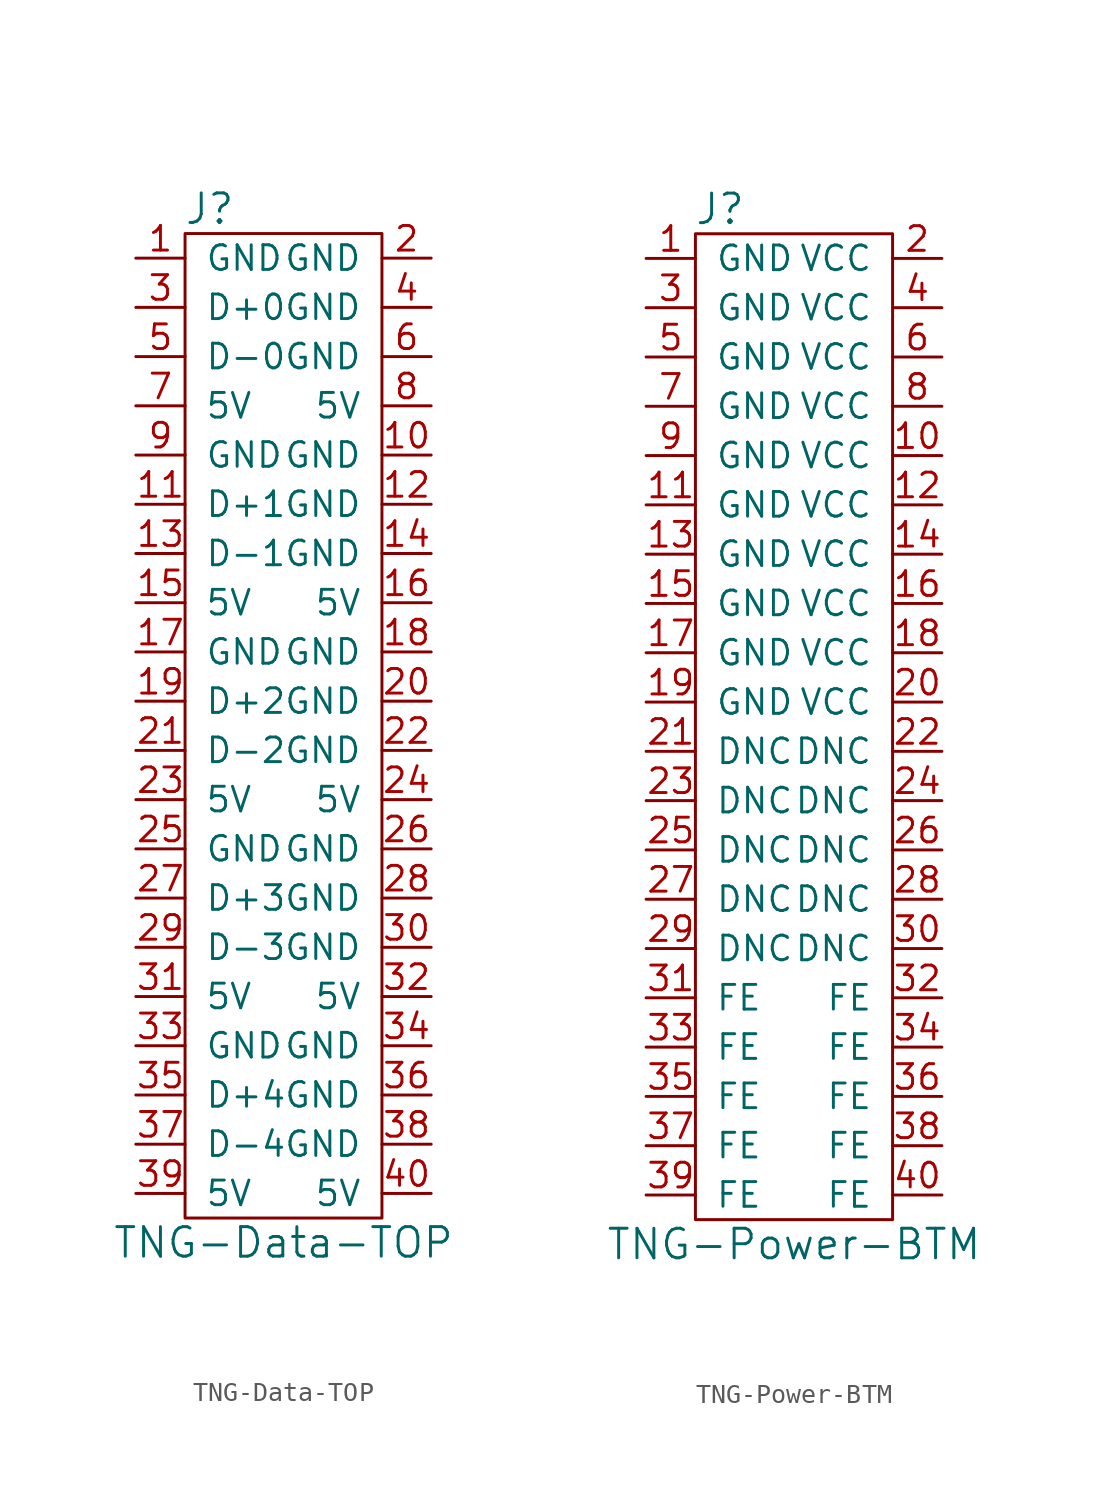
<source format=kicad_sym>
(kicad_symbol_lib
  (version 20210619)
  (generator kicad_symbol_editor)
  (symbol "tinkerforge:TNG-Data-TOP"
    (pin_names
      (offset 1.016))
    (property "Reference" "J"
      (at -3.81 26.67 0)
      (effects (font (size 1.524 1.524))))
    (property "Value" "TNG-Data-TOP"
      (at 0 -26.67 0)
      (effects (font (size 1.524 1.524))))
    (symbol "TNG-Data-TOP_0_1"
      (rectangle (start -5.08 25.4) (end 5.08 -25.4) (stroke (width 0)) (fill (type none))))
    (symbol "TNG-Data-TOP_1_1"
      (pin passive line (at -7.62 24.13 0) (length 2.54) (name "GND" (effects (font (size 1.27 1.27)))) (number "1" (effects (font (size 1.27 1.27)))))
      (pin passive line (at 7.62 13.97 180) (length 2.54) (name "GND" (effects (font (size 1.27 1.27)))) (number "10" (effects (font (size 1.27 1.27)))))
      (pin passive line (at -7.62 11.43 0) (length 2.54) (name "D+1" (effects (font (size 1.27 1.27)))) (number "11" (effects (font (size 1.27 1.27)))))
      (pin passive line (at 7.62 11.43 180) (length 2.54) (name "GND" (effects (font (size 1.27 1.27)))) (number "12" (effects (font (size 1.27 1.27)))))
      (pin passive line (at -7.62 8.89 0) (length 2.54) (name "D-1" (effects (font (size 1.27 1.27)))) (number "13" (effects (font (size 1.27 1.27)))))
      (pin passive line (at 7.62 8.89 180) (length 2.54) (name "GND" (effects (font (size 1.27 1.27)))) (number "14" (effects (font (size 1.27 1.27)))))
      (pin passive line (at -7.62 6.35 0) (length 2.54) (name "5V" (effects (font (size 1.27 1.27)))) (number "15" (effects (font (size 1.27 1.27)))))
      (pin passive line (at 7.62 6.35 180) (length 2.54) (name "5V" (effects (font (size 1.27 1.27)))) (number "16" (effects (font (size 1.27 1.27)))))
      (pin passive line (at -7.62 3.81 0) (length 2.54) (name "GND" (effects (font (size 1.27 1.27)))) (number "17" (effects (font (size 1.27 1.27)))))
      (pin passive line (at 7.62 3.81 180) (length 2.54) (name "GND" (effects (font (size 1.27 1.27)))) (number "18" (effects (font (size 1.27 1.27)))))
      (pin passive line (at -7.62 1.27 0) (length 2.54) (name "D+2" (effects (font (size 1.27 1.27)))) (number "19" (effects (font (size 1.27 1.27)))))
      (pin passive line (at 7.62 24.13 180) (length 2.54) (name "GND" (effects (font (size 1.27 1.27)))) (number "2" (effects (font (size 1.27 1.27)))))
      (pin passive line (at 7.62 1.27 180) (length 2.54) (name "GND" (effects (font (size 1.27 1.27)))) (number "20" (effects (font (size 1.27 1.27)))))
      (pin passive line (at -7.62 -1.27 0) (length 2.54) (name "D-2" (effects (font (size 1.27 1.27)))) (number "21" (effects (font (size 1.27 1.27)))))
      (pin passive line (at 7.62 -1.27 180) (length 2.54) (name "GND" (effects (font (size 1.27 1.27)))) (number "22" (effects (font (size 1.27 1.27)))))
      (pin passive line (at -7.62 -3.81 0) (length 2.54) (name "5V" (effects (font (size 1.27 1.27)))) (number "23" (effects (font (size 1.27 1.27)))))
      (pin passive line (at 7.62 -3.81 180) (length 2.54) (name "5V" (effects (font (size 1.27 1.27)))) (number "24" (effects (font (size 1.27 1.27)))))
      (pin passive line (at -7.62 -6.35 0) (length 2.54) (name "GND" (effects (font (size 1.27 1.27)))) (number "25" (effects (font (size 1.27 1.27)))))
      (pin passive line (at 7.62 -6.35 180) (length 2.54) (name "GND" (effects (font (size 1.27 1.27)))) (number "26" (effects (font (size 1.27 1.27)))))
      (pin passive line (at -7.62 -8.89 0) (length 2.54) (name "D+3" (effects (font (size 1.27 1.27)))) (number "27" (effects (font (size 1.27 1.27)))))
      (pin passive line (at 7.62 -8.89 180) (length 2.54) (name "GND" (effects (font (size 1.27 1.27)))) (number "28" (effects (font (size 1.27 1.27)))))
      (pin passive line (at -7.62 -11.43 0) (length 2.54) (name "D-3" (effects (font (size 1.27 1.27)))) (number "29" (effects (font (size 1.27 1.27)))))
      (pin passive line (at -7.62 21.59 0) (length 2.54) (name "D+0" (effects (font (size 1.27 1.27)))) (number "3" (effects (font (size 1.27 1.27)))))
      (pin passive line (at 7.62 -11.43 180) (length 2.54) (name "GND" (effects (font (size 1.27 1.27)))) (number "30" (effects (font (size 1.27 1.27)))))
      (pin passive line (at -7.62 -13.97 0) (length 2.54) (name "5V" (effects (font (size 1.27 1.27)))) (number "31" (effects (font (size 1.27 1.27)))))
      (pin passive line (at 7.62 -13.97 180) (length 2.54) (name "5V" (effects (font (size 1.27 1.27)))) (number "32" (effects (font (size 1.27 1.27)))))
      (pin passive line (at -7.62 -16.51 0) (length 2.54) (name "GND" (effects (font (size 1.27 1.27)))) (number "33" (effects (font (size 1.27 1.27)))))
      (pin passive line (at 7.62 -16.51 180) (length 2.54) (name "GND" (effects (font (size 1.27 1.27)))) (number "34" (effects (font (size 1.27 1.27)))))
      (pin passive line (at -7.62 -19.05 0) (length 2.54) (name "D+4" (effects (font (size 1.27 1.27)))) (number "35" (effects (font (size 1.27 1.27)))))
      (pin passive line (at 7.62 -19.05 180) (length 2.54) (name "GND" (effects (font (size 1.27 1.27)))) (number "36" (effects (font (size 1.27 1.27)))))
      (pin passive line (at -7.62 -21.59 0) (length 2.54) (name "D-4" (effects (font (size 1.27 1.27)))) (number "37" (effects (font (size 1.27 1.27)))))
      (pin passive line (at 7.62 -21.59 180) (length 2.54) (name "GND" (effects (font (size 1.27 1.27)))) (number "38" (effects (font (size 1.27 1.27)))))
      (pin passive line (at -7.62 -24.13 0) (length 2.54) (name "5V" (effects (font (size 1.27 1.27)))) (number "39" (effects (font (size 1.27 1.27)))))
      (pin passive line (at 7.62 21.59 180) (length 2.54) (name "GND" (effects (font (size 1.27 1.27)))) (number "4" (effects (font (size 1.27 1.27)))))
      (pin passive line (at 7.62 -24.13 180) (length 2.54) (name "5V" (effects (font (size 1.27 1.27)))) (number "40" (effects (font (size 1.27 1.27)))))
      (pin passive line (at -7.62 19.05 0) (length 2.54) (name "D-0" (effects (font (size 1.27 1.27)))) (number "5" (effects (font (size 1.27 1.27)))))
      (pin passive line (at 7.62 19.05 180) (length 2.54) (name "GND" (effects (font (size 1.27 1.27)))) (number "6" (effects (font (size 1.27 1.27)))))
      (pin passive line (at -7.62 16.51 0) (length 2.54) (name "5V" (effects (font (size 1.27 1.27)))) (number "7" (effects (font (size 1.27 1.27)))))
      (pin passive line (at 7.62 16.51 180) (length 2.54) (name "5V" (effects (font (size 1.27 1.27)))) (number "8" (effects (font (size 1.27 1.27)))))
      (pin passive line (at -7.62 13.97 0) (length 2.54) (name "GND" (effects (font (size 1.27 1.27)))) (number "9" (effects (font (size 1.27 1.27)))))))
  (symbol "tinkerforge:TNG-Power-BTM"
    (pin_names
      (offset 1.016))
    (property "Reference" "J"
      (at -3.81 26.67 0)
      (effects (font (size 1.524 1.524))))
    (property "Value" "TNG-Power-BTM"
      (at 0 -26.67 0)
      (effects (font (size 1.524 1.524))))
    (symbol "TNG-Power-BTM_0_1"
      (rectangle (start -5.08 25.4) (end 5.08 -25.4) (stroke (width 0)) (fill (type none))))
    (symbol "TNG-Power-BTM_1_1"
      (pin passive line (at -7.62 24.13 0) (length 2.54) (name "GND" (effects (font (size 1.27 1.27)))) (number "1" (effects (font (size 1.27 1.27)))))
      (pin passive line (at 7.62 13.97 180) (length 2.54) (name "VCC" (effects (font (size 1.27 1.27)))) (number "10" (effects (font (size 1.27 1.27)))))
      (pin passive line (at -7.62 11.43 0) (length 2.54) (name "GND" (effects (font (size 1.27 1.27)))) (number "11" (effects (font (size 1.27 1.27)))))
      (pin passive line (at 7.62 11.43 180) (length 2.54) (name "VCC" (effects (font (size 1.27 1.27)))) (number "12" (effects (font (size 1.27 1.27)))))
      (pin passive line (at -7.62 8.89 0) (length 2.54) (name "GND" (effects (font (size 1.27 1.27)))) (number "13" (effects (font (size 1.27 1.27)))))
      (pin passive line (at 7.62 8.89 180) (length 2.54) (name "VCC" (effects (font (size 1.27 1.27)))) (number "14" (effects (font (size 1.27 1.27)))))
      (pin passive line (at -7.62 6.35 0) (length 2.54) (name "GND" (effects (font (size 1.27 1.27)))) (number "15" (effects (font (size 1.27 1.27)))))
      (pin passive line (at 7.62 6.35 180) (length 2.54) (name "VCC" (effects (font (size 1.27 1.27)))) (number "16" (effects (font (size 1.27 1.27)))))
      (pin passive line (at -7.62 3.81 0) (length 2.54) (name "GND" (effects (font (size 1.27 1.27)))) (number "17" (effects (font (size 1.27 1.27)))))
      (pin passive line (at 7.62 3.81 180) (length 2.54) (name "VCC" (effects (font (size 1.27 1.27)))) (number "18" (effects (font (size 1.27 1.27)))))
      (pin passive line (at -7.62 1.27 0) (length 2.54) (name "GND" (effects (font (size 1.27 1.27)))) (number "19" (effects (font (size 1.27 1.27)))))
      (pin passive line (at 7.62 24.13 180) (length 2.54) (name "VCC" (effects (font (size 1.27 1.27)))) (number "2" (effects (font (size 1.27 1.27)))))
      (pin passive line (at 7.62 1.27 180) (length 2.54) (name "VCC" (effects (font (size 1.27 1.27)))) (number "20" (effects (font (size 1.27 1.27)))))
      (pin passive line (at -7.62 -1.27 0) (length 2.54) (name "DNC" (effects (font (size 1.27 1.27)))) (number "21" (effects (font (size 1.27 1.27)))))
      (pin passive line (at 7.62 -1.27 180) (length 2.54) (name "DNC" (effects (font (size 1.27 1.27)))) (number "22" (effects (font (size 1.27 1.27)))))
      (pin passive line (at -7.62 -3.81 0) (length 2.54) (name "DNC" (effects (font (size 1.27 1.27)))) (number "23" (effects (font (size 1.27 1.27)))))
      (pin passive line (at 7.62 -3.81 180) (length 2.54) (name "DNC" (effects (font (size 1.27 1.27)))) (number "24" (effects (font (size 1.27 1.27)))))
      (pin passive line (at -7.62 -6.35 0) (length 2.54) (name "DNC" (effects (font (size 1.27 1.27)))) (number "25" (effects (font (size 1.27 1.27)))))
      (pin passive line (at 7.62 -6.35 180) (length 2.54) (name "DNC" (effects (font (size 1.27 1.27)))) (number "26" (effects (font (size 1.27 1.27)))))
      (pin passive line (at -7.62 -8.89 0) (length 2.54) (name "DNC" (effects (font (size 1.27 1.27)))) (number "27" (effects (font (size 1.27 1.27)))))
      (pin passive line (at 7.62 -8.89 180) (length 2.54) (name "DNC" (effects (font (size 1.27 1.27)))) (number "28" (effects (font (size 1.27 1.27)))))
      (pin passive line (at -7.62 -11.43 0) (length 2.54) (name "DNC" (effects (font (size 1.27 1.27)))) (number "29" (effects (font (size 1.27 1.27)))))
      (pin passive line (at -7.62 21.59 0) (length 2.54) (name "GND" (effects (font (size 1.27 1.27)))) (number "3" (effects (font (size 1.27 1.27)))))
      (pin passive line (at 7.62 -11.43 180) (length 2.54) (name "DNC" (effects (font (size 1.27 1.27)))) (number "30" (effects (font (size 1.27 1.27)))))
      (pin passive line (at -7.62 -13.97 0) (length 2.54) (name "FE" (effects (font (size 1.27 1.27)))) (number "31" (effects (font (size 1.27 1.27)))))
      (pin passive line (at 7.62 -13.97 180) (length 2.54) (name "FE" (effects (font (size 1.27 1.27)))) (number "32" (effects (font (size 1.27 1.27)))))
      (pin passive line (at -7.62 -16.51 0) (length 2.54) (name "FE" (effects (font (size 1.27 1.27)))) (number "33" (effects (font (size 1.27 1.27)))))
      (pin passive line (at 7.62 -16.51 180) (length 2.54) (name "FE" (effects (font (size 1.27 1.27)))) (number "34" (effects (font (size 1.27 1.27)))))
      (pin passive line (at -7.62 -19.05 0) (length 2.54) (name "FE" (effects (font (size 1.27 1.27)))) (number "35" (effects (font (size 1.27 1.27)))))
      (pin passive line (at 7.62 -19.05 180) (length 2.54) (name "FE" (effects (font (size 1.27 1.27)))) (number "36" (effects (font (size 1.27 1.27)))))
      (pin passive line (at -7.62 -21.59 0) (length 2.54) (name "FE" (effects (font (size 1.27 1.27)))) (number "37" (effects (font (size 1.27 1.27)))))
      (pin passive line (at 7.62 -21.59 180) (length 2.54) (name "FE" (effects (font (size 1.27 1.27)))) (number "38" (effects (font (size 1.27 1.27)))))
      (pin passive line (at -7.62 -24.13 0) (length 2.54) (name "FE" (effects (font (size 1.27 1.27)))) (number "39" (effects (font (size 1.27 1.27)))))
      (pin passive line (at 7.62 21.59 180) (length 2.54) (name "VCC" (effects (font (size 1.27 1.27)))) (number "4" (effects (font (size 1.27 1.27)))))
      (pin passive line (at 7.62 -24.13 180) (length 2.54) (name "FE" (effects (font (size 1.27 1.27)))) (number "40" (effects (font (size 1.27 1.27)))))
      (pin passive line (at -7.62 19.05 0) (length 2.54) (name "GND" (effects (font (size 1.27 1.27)))) (number "5" (effects (font (size 1.27 1.27)))))
      (pin passive line (at 7.62 19.05 180) (length 2.54) (name "VCC" (effects (font (size 1.27 1.27)))) (number "6" (effects (font (size 1.27 1.27)))))
      (pin passive line (at -7.62 16.51 0) (length 2.54) (name "GND" (effects (font (size 1.27 1.27)))) (number "7" (effects (font (size 1.27 1.27)))))
      (pin passive line (at 7.62 16.51 180) (length 2.54) (name "VCC" (effects (font (size 1.27 1.27)))) (number "8" (effects (font (size 1.27 1.27)))))
      (pin passive line (at -7.62 13.97 0) (length 2.54) (name "GND" (effects (font (size 1.27 1.27)))) (number "9" (effects (font (size 1.27 1.27))))))))
</source>
